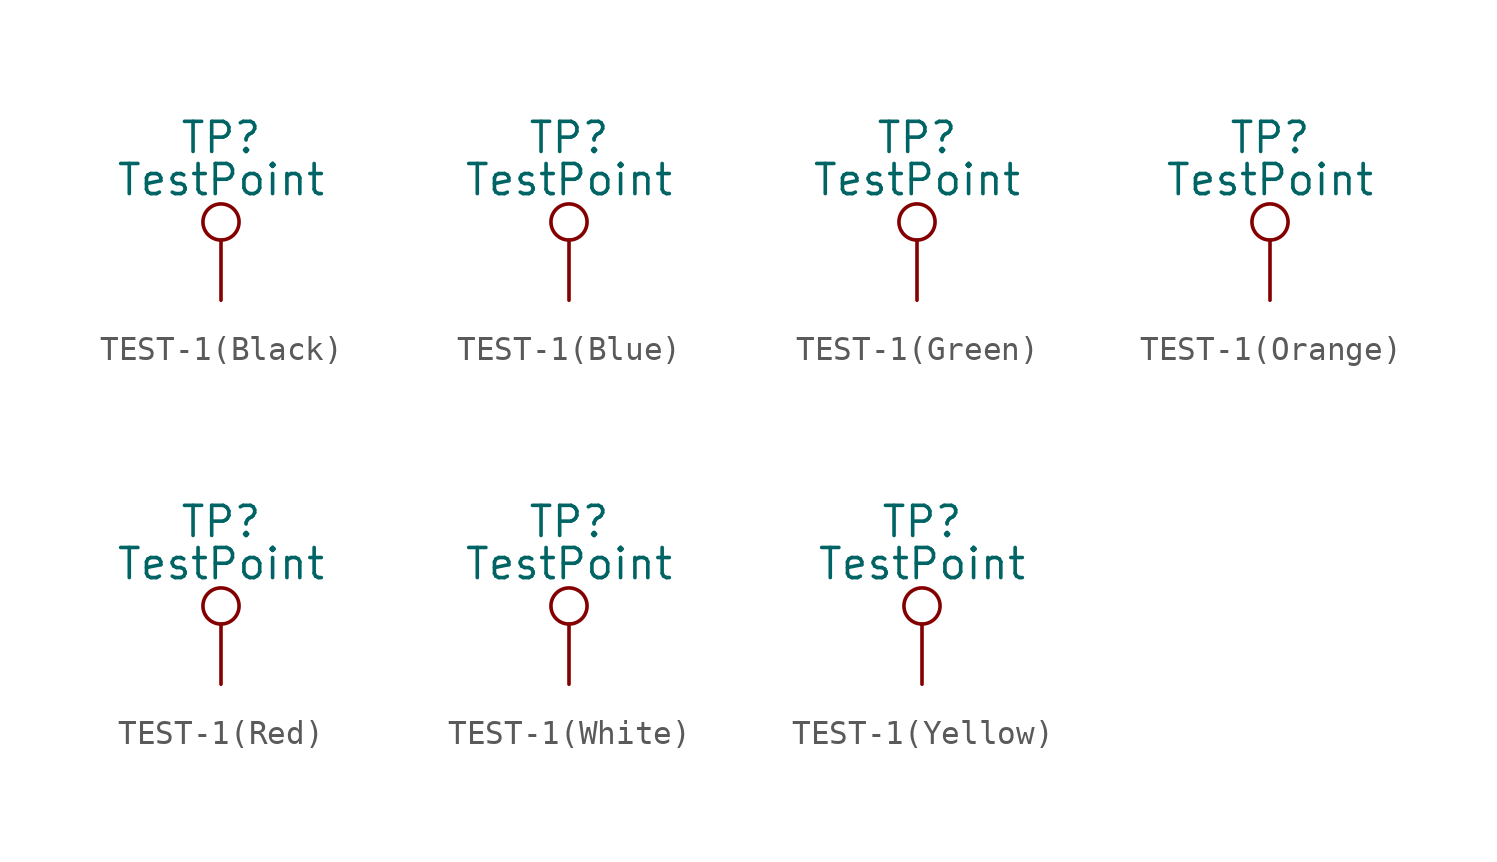
<source format=kicad_sym>
(kicad_symbol_lib
  (version 20220914)
  (generator kicad_symbol_editor)
  (symbol "TEST-1(Black)"
    (pin_numbers hide)
    (pin_names
      (offset 0.762) hide)
    (property "Reference" "TP"
      (at 0 6.858 0)
      (effects (font (size 1.27 1.27))))
    (property "Value" "TestPoint"
      (at 0 5.08 0)
      (effects (font (size 1.27 1.27))))
    (symbol "TEST-1(Black)_0_1"
      (circle (center 0 3.302) (radius 0.762) (stroke (width 0) (type default)) (fill (type none))))
    (symbol "TEST-1(Black)_1_1"
      (pin passive line (at 0 0 90) (length 2.54) (name "1" (effects (font (size 1.27 1.27)))) (number "1" (effects (font (size 1.27 1.27)))))))
  (symbol "TEST-1(Blue)"
    (pin_numbers hide)
    (pin_names
      (offset 0.762) hide)
    (property "Reference" "TP"
      (at 0 6.858 0)
      (effects (font (size 1.27 1.27))))
    (property "Value" "TestPoint"
      (at 0 5.08 0)
      (effects (font (size 1.27 1.27))))
    (symbol "TEST-1(Blue)_0_1"
      (circle (center 0 3.302) (radius 0.762) (stroke (width 0) (type default)) (fill (type none))))
    (symbol "TEST-1(Blue)_1_1"
      (pin passive line (at 0 0 90) (length 2.54) (name "1" (effects (font (size 1.27 1.27)))) (number "1" (effects (font (size 1.27 1.27)))))))
  (symbol "TEST-1(Green)"
    (pin_numbers hide)
    (pin_names
      (offset 0.762) hide)
    (property "Reference" "TP"
      (at 0 6.858 0)
      (effects (font (size 1.27 1.27))))
    (property "Value" "TestPoint"
      (at 0 5.08 0)
      (effects (font (size 1.27 1.27))))
    (symbol "TEST-1(Green)_0_1"
      (circle (center 0 3.302) (radius 0.762) (stroke (width 0) (type default)) (fill (type none))))
    (symbol "TEST-1(Green)_1_1"
      (pin passive line (at 0 0 90) (length 2.54) (name "1" (effects (font (size 1.27 1.27)))) (number "1" (effects (font (size 1.27 1.27)))))))
  (symbol "TEST-1(Orange)"
    (pin_numbers hide)
    (pin_names
      (offset 0.762) hide)
    (property "Reference" "TP"
      (at 0 6.858 0)
      (effects (font (size 1.27 1.27))))
    (property "Value" "TestPoint"
      (at 0 5.08 0)
      (effects (font (size 1.27 1.27))))
    (symbol "TEST-1(Orange)_0_1"
      (circle (center 0 3.302) (radius 0.762) (stroke (width 0) (type default)) (fill (type none))))
    (symbol "TEST-1(Orange)_1_1"
      (pin passive line (at 0 0 90) (length 2.54) (name "1" (effects (font (size 1.27 1.27)))) (number "1" (effects (font (size 1.27 1.27)))))))
  (symbol "TEST-1(Red)"
    (pin_numbers hide)
    (pin_names
      (offset 0.762) hide)
    (property "Reference" "TP"
      (at 0 6.858 0)
      (effects (font (size 1.27 1.27))))
    (property "Value" "TestPoint"
      (at 0 5.08 0)
      (effects (font (size 1.27 1.27))))
    (symbol "TEST-1(Red)_0_1"
      (circle (center 0 3.302) (radius 0.762) (stroke (width 0) (type default)) (fill (type none))))
    (symbol "TEST-1(Red)_1_1"
      (pin passive line (at 0 0 90) (length 2.54) (name "1" (effects (font (size 1.27 1.27)))) (number "1" (effects (font (size 1.27 1.27)))))))
  (symbol "TEST-1(White)"
    (pin_numbers hide)
    (pin_names
      (offset 0.762) hide)
    (property "Reference" "TP"
      (at 0 6.858 0)
      (effects (font (size 1.27 1.27))))
    (property "Value" "TestPoint"
      (at 0 5.08 0)
      (effects (font (size 1.27 1.27))))
    (symbol "TEST-1(White)_0_1"
      (circle (center 0 3.302) (radius 0.762) (stroke (width 0) (type default)) (fill (type none))))
    (symbol "TEST-1(White)_1_1"
      (pin passive line (at 0 0 90) (length 2.54) (name "1" (effects (font (size 1.27 1.27)))) (number "1" (effects (font (size 1.27 1.27)))))))
  (symbol "TEST-1(Yellow)"
    (pin_numbers hide)
    (pin_names
      (offset 0.762) hide)
    (property "Reference" "TP"
      (at 0 6.858 0)
      (effects (font (size 1.27 1.27))))
    (property "Value" "TestPoint"
      (at 0 5.08 0)
      (effects (font (size 1.27 1.27))))
    (symbol "TEST-1(Yellow)_0_1"
      (circle (center 0 3.302) (radius 0.762) (stroke (width 0) (type default)) (fill (type none))))
    (symbol "TEST-1(Yellow)_1_1"
      (pin passive line (at 0 0 90) (length 2.54) (name "1" (effects (font (size 1.27 1.27)))) (number "1" (effects (font (size 1.27 1.27))))))))
</source>
